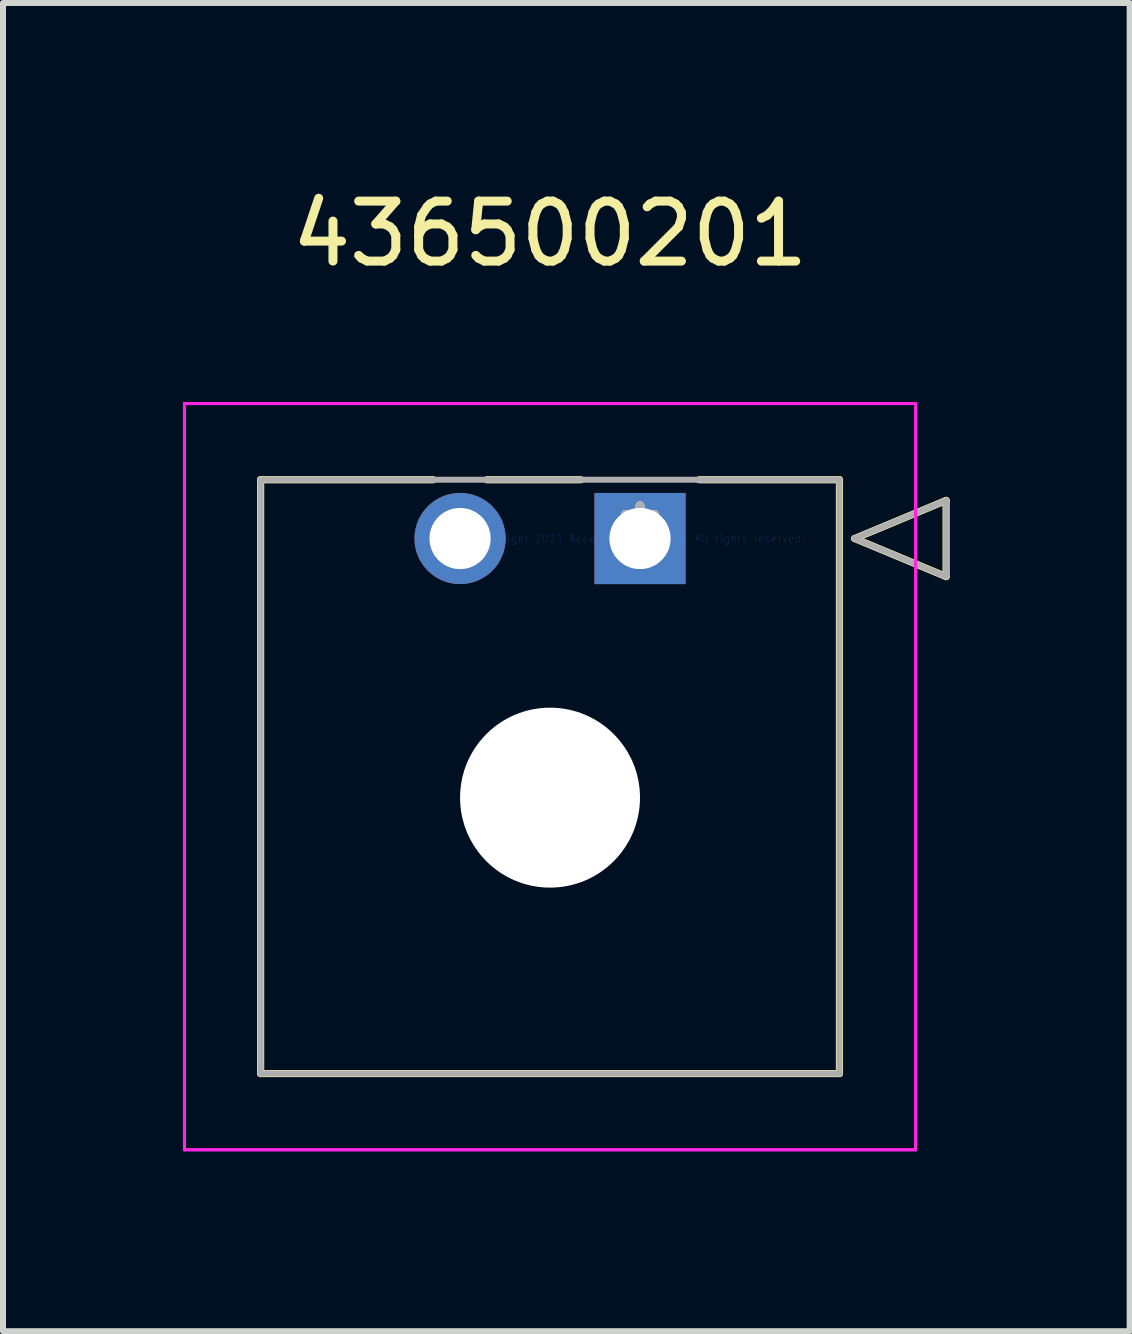
<source format=kicad_pcb>
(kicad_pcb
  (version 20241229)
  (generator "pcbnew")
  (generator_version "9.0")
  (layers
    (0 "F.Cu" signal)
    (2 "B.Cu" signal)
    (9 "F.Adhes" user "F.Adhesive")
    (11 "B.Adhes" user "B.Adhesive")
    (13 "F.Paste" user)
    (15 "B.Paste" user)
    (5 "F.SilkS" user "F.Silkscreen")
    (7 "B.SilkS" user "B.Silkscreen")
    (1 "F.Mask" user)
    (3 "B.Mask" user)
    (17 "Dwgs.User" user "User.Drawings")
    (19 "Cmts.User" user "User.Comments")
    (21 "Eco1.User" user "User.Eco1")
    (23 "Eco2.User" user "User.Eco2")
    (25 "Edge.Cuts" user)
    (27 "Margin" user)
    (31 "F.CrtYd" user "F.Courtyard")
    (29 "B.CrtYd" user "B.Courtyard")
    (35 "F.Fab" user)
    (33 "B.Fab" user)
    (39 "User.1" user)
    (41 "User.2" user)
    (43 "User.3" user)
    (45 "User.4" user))
  (footprint "436500201"
    (layer "F.Cu")
    (at 7.62 5.928)
    (property "Reference" "436500201" (at -1.5 -5.08 0) (layer "F.SilkS") (effects (font (size 1 1) (thickness 0.15))))
    (attr through_hole)
    (fp_line (start -6.325 -0.98) (end -6.325 8.92) (stroke (width 0.12) (type solid)) (layer "F.SilkS"))
    (fp_line (start -6.325 8.92) (end 3.325 8.92) (stroke (width 0.12) (type solid)) (layer "F.SilkS"))
    (fp_line (start -3.448 -0.98) (end -6.325 -0.98) (stroke (width 0.12) (type solid)) (layer "F.SilkS"))
    (fp_line (start -0.989 -0.98) (end -2.552 -0.98) (stroke (width 0.12) (type solid)) (layer "F.SilkS"))
    (fp_line (start 3.325 -0.98) (end 0.989 -0.98) (stroke (width 0.12) (type solid)) (layer "F.SilkS"))
    (fp_line (start 3.325 8.92) (end 3.325 -0.98) (stroke (width 0.12) (type solid)) (layer "F.SilkS"))
    (fp_line (start 3.579 0) (end 5.103 -0.635) (stroke (width 0.12) (type solid)) (layer "F.SilkS"))
    (fp_line (start 5.103 -0.635) (end 5.103 0.635) (stroke (width 0.12) (type solid)) (layer "F.SilkS"))
    (fp_line (start 5.103 0.635) (end 3.579 0) (stroke (width 0.12) (type solid)) (layer "F.SilkS"))
    (fp_line (start -7.595 -2.25) (end -7.595 10.19) (stroke (width 0.05) (type solid)) (layer "F.CrtYd"))
    (fp_line (start -7.595 -2.25) (end -7.595 10.19) (stroke (width 0.05) (type solid)) (layer "F.CrtYd"))
    (fp_line (start -7.595 10.19) (end 4.595 10.19) (stroke (width 0.05) (type solid)) (layer "F.CrtYd"))
    (fp_line (start -7.595 10.19) (end 4.595 10.19) (stroke (width 0.05) (type solid)) (layer "F.CrtYd"))
    (fp_line (start 4.595 -2.25) (end -7.595 -2.25) (stroke (width 0.05) (type solid)) (layer "F.CrtYd"))
    (fp_line (start 4.595 -2.25) (end -7.595 -2.25) (stroke (width 0.05) (type solid)) (layer "F.CrtYd"))
    (fp_line (start 4.595 10.19) (end 4.595 -2.25) (stroke (width 0.05) (type solid)) (layer "F.CrtYd"))
    (fp_line (start 4.595 10.19) (end 4.595 -2.25) (stroke (width 0.05) (type solid)) (layer "F.CrtYd"))
    (fp_line (start -6.325 -0.98) (end -6.325 8.92) (stroke (width 0.1) (type solid)) (layer "F.Fab"))
    (fp_line (start -6.325 8.92) (end 3.325 8.92) (stroke (width 0.1) (type solid)) (layer "F.Fab"))
    (fp_line (start 3.325 -0.98) (end -6.325 -0.98) (stroke (width 0.1) (type solid)) (layer "F.Fab"))
    (fp_line (start 3.325 8.92) (end 3.325 -0.98) (stroke (width 0.1) (type solid)) (layer "F.Fab"))
    (fp_line (start 3.579 0) (end 5.103 -0.635) (stroke (width 0.1) (type solid)) (layer "F.Fab"))
    (fp_line (start 5.103 -0.635) (end 5.103 0.635) (stroke (width 0.1) (type solid)) (layer "F.Fab"))
    (fp_line (start 5.103 0.635) (end 3.579 0) (stroke (width 0.1) (type solid)) (layer "F.Fab"))
    (fp_text user "*" (at 0 0 0) (layer "F.SilkS") (effects (font (size 1 1) (thickness 0.15))))
    (fp_text user "Copyright 2021 Accelerated Designs. All rights reserved." (at 0 0 0) (layer "Cmts.User") (effects (font (size 0.127 0.127) (thickness 0.002))))
    (fp_text user "*" (at 0 0 0) (layer "F.Fab") (effects (font (size 1 1) (thickness 0.15))))
    (pad "" np_thru_hole circle (at -1.5 4.32) (size 3 3) (drill 3) (layers "*.Cu" "*.Mask"))
    (pad "1" thru_hole rect (at 0 0) (size 1.52 1.52) (drill 1.02) (layers "*.Cu" "*.Mask"))
    (pad "2" thru_hole circle (at -3 0) (size 1.52 1.52) (drill 1.02) (layers "*.Cu" "*.Mask")))
  (gr_rect
    (start -3 -3)
    (end 15.783 19.143)
    (stroke (width 0.1) (type default))
    (fill no)
    (layer "Edge.Cuts")))
</source>
